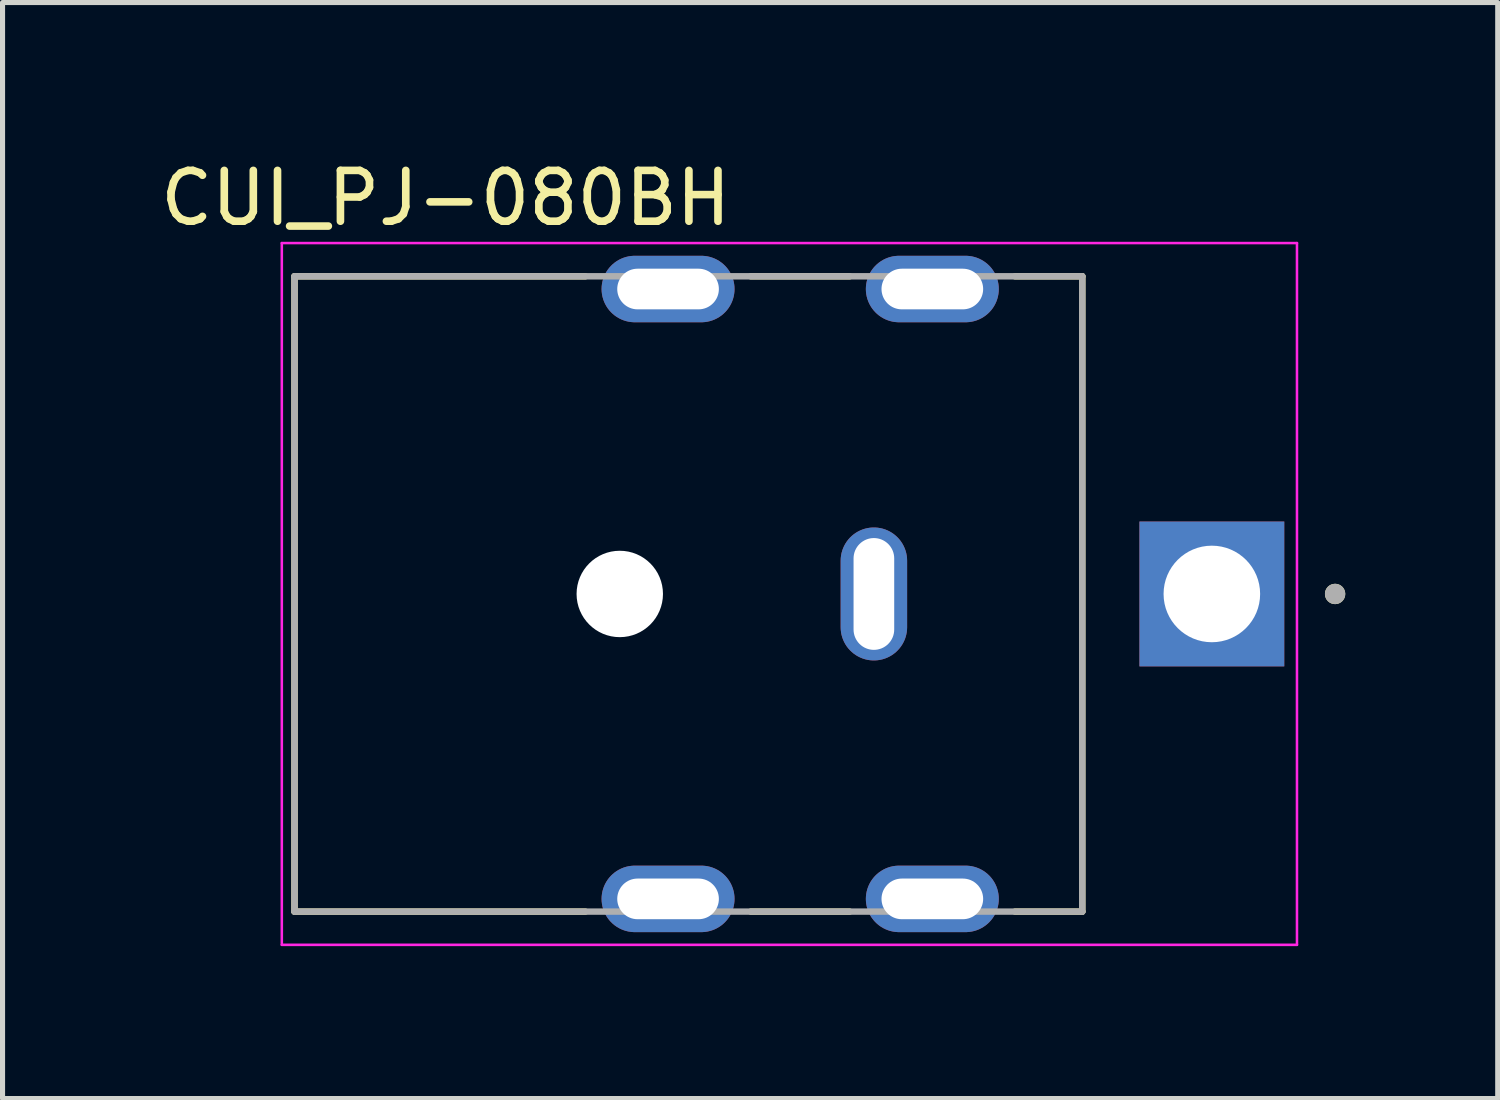
<source format=kicad_pcb>
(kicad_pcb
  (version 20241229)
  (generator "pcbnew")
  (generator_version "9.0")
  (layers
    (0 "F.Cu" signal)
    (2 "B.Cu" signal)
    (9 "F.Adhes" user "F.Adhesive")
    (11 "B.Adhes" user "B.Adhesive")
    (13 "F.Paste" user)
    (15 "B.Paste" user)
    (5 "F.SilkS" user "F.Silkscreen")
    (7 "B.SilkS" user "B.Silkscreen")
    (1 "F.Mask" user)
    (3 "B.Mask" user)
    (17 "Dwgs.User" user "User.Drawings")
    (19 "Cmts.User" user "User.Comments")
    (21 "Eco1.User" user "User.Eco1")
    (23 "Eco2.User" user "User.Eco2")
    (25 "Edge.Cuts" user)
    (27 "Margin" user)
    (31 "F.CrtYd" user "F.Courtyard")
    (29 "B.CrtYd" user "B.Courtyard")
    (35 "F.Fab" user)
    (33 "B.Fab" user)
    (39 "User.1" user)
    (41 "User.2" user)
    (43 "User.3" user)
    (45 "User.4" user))
  (footprint "CUI_PJ-080BH"
    (layer "F.Cu")
    (at 20.795 8.637)
    (property "Reference" "CUI_PJ-080BH" (at -15.075 -7.789 0) (layer "F.SilkS") (effects (font (size 1 1) (thickness 0.15))))
    (attr through_hole)
    (fp_line (start -18.05 -6.25) (end -18.05 6.25) (stroke (width 0.127) (type solid)) (layer "F.SilkS"))
    (fp_line (start -18.05 -6.25) (end -12.328 -6.25) (stroke (width 0.127) (type solid)) (layer "F.SilkS"))
    (fp_line (start -18.05 6.25) (end -12.328 6.25) (stroke (width 0.127) (type solid)) (layer "F.SilkS"))
    (fp_line (start -9.072 -6.25) (end -7.128 -6.25) (stroke (width 0.127) (type solid)) (layer "F.SilkS"))
    (fp_line (start -9.072 6.25) (end -7.128 6.25) (stroke (width 0.127) (type solid)) (layer "F.SilkS"))
    (fp_line (start -3.872 -6.25) (end -2.55 -6.25) (stroke (width 0.127) (type solid)) (layer "F.SilkS"))
    (fp_line (start -3.872 6.25) (end -2.55 6.25) (stroke (width 0.127) (type solid)) (layer "F.SilkS"))
    (fp_line (start -2.55 -6.25) (end -2.55 6.25) (stroke (width 0.127) (type solid)) (layer "F.SilkS"))
    (fp_circle (center 2.425 0) (end 2.525 0) (stroke (width 0.2) (type solid)) (fill no) (layer "F.SilkS"))
    (fp_line (start -18.3 -6.904) (end -18.3 6.904) (stroke (width 0.05) (type solid)) (layer "F.CrtYd"))
    (fp_line (start -18.3 6.904) (end 1.675 6.904) (stroke (width 0.05) (type solid)) (layer "F.CrtYd"))
    (fp_line (start 1.675 -6.904) (end -18.3 -6.904) (stroke (width 0.05) (type solid)) (layer "F.CrtYd"))
    (fp_line (start 1.675 6.904) (end 1.675 -6.904) (stroke (width 0.05) (type solid)) (layer "F.CrtYd"))
    (fp_line (start -18.05 -6.25) (end -18.05 6.25) (stroke (width 0.127) (type solid)) (layer "F.Fab"))
    (fp_line (start -18.05 -6.25) (end -2.55 -6.25) (stroke (width 0.127) (type solid)) (layer "F.Fab"))
    (fp_line (start -18.05 6.25) (end -2.55 6.25) (stroke (width 0.127) (type solid)) (layer "F.Fab"))
    (fp_line (start -2.55 -6.25) (end -2.55 6.25) (stroke (width 0.127) (type solid)) (layer "F.Fab"))
    (fp_circle (center 2.425 0) (end 2.525 0) (stroke (width 0.2) (type solid)) (fill no) (layer "F.Fab"))
    (pad "" np_thru_hole circle (at -11.65 0) (size 1.7 1.7) (drill 1.7) (layers "*.Cu" "*.Mask"))
    (pad "1" thru_hole rect (at 0 0) (size 2.85 2.85) (drill 1.9) (layers "*.Cu" "*.Mask"))
    (pad "2" thru_hole oval (at -6.65 0) (size 1.308 2.616) (drill oval 0.8 2.2) (layers "*.Cu" "*.Mask"))
    (pad "SH1" thru_hole oval (at -5.5 -6) (size 2.616 1.308) (drill oval 2 0.8) (layers "*.Cu" "*.Mask"))
    (pad "SH2" thru_hole oval (at -10.7 -6) (size 2.616 1.308) (drill oval 2 0.8) (layers "*.Cu" "*.Mask"))
    (pad "SH3" thru_hole oval (at -5.5 6) (size 2.616 1.308) (drill oval 2 0.8) (layers "*.Cu" "*.Mask"))
    (pad "SH4" thru_hole oval (at -10.7 6) (size 2.616 1.308) (drill oval 2 0.8) (layers "*.Cu" "*.Mask")))
  (gr_rect
    (start -3 -3)
    (end 26.42 18.566)
    (stroke (width 0.1) (type default))
    (fill no)
    (layer "Edge.Cuts")))
</source>
